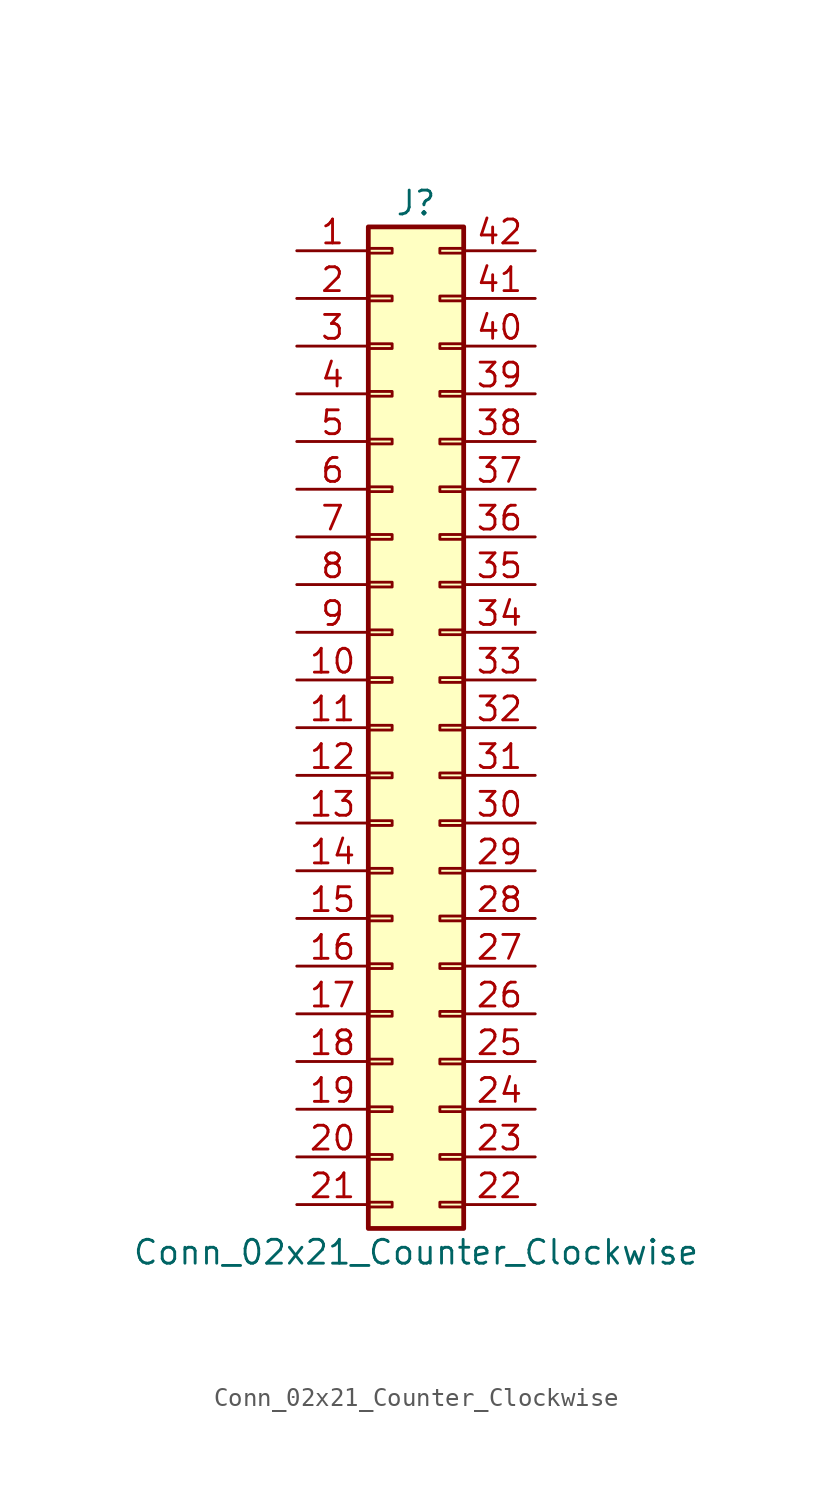
<source format=kicad_sym>
(kicad_symbol_lib
  (version 20220914)
  (generator kicad_symbol_editor)
  (symbol "Conn_02x21_Counter_Clockwise"
    (pin_names
      (offset 1.016) hide)
    (property "Reference" "J"
      (at 1.27 27.94 0)
      (effects (font (size 1.27 1.27))))
    (property "Value" "Conn_02x21_Counter_Clockwise"
      (at 1.27 -27.94 0)
      (effects (font (size 1.27 1.27))))
    (symbol "Conn_02x21_Counter_Clockwise_1_1"
      (rectangle (start -1.27 -25.273) (end 0 -25.527) (stroke (width 0.152) (type solid)) (fill (type none)))
      (rectangle (start -1.27 -22.733) (end 0 -22.987) (stroke (width 0.152) (type solid)) (fill (type none)))
      (rectangle (start -1.27 -20.193) (end 0 -20.447) (stroke (width 0.152) (type solid)) (fill (type none)))
      (rectangle (start -1.27 -17.653) (end 0 -17.907) (stroke (width 0.152) (type solid)) (fill (type none)))
      (rectangle (start -1.27 -15.113) (end 0 -15.367) (stroke (width 0.152) (type solid)) (fill (type none)))
      (rectangle (start -1.27 -12.573) (end 0 -12.827) (stroke (width 0.152) (type solid)) (fill (type none)))
      (rectangle (start -1.27 -10.033) (end 0 -10.287) (stroke (width 0.152) (type solid)) (fill (type none)))
      (rectangle (start -1.27 -7.493) (end 0 -7.747) (stroke (width 0.152) (type solid)) (fill (type none)))
      (rectangle (start -1.27 -4.953) (end 0 -5.207) (stroke (width 0.152) (type solid)) (fill (type none)))
      (rectangle (start -1.27 -2.413) (end 0 -2.667) (stroke (width 0.152) (type solid)) (fill (type none)))
      (rectangle (start -1.27 0.127) (end 0 -0.127) (stroke (width 0.152) (type solid)) (fill (type none)))
      (rectangle (start -1.27 2.667) (end 0 2.413) (stroke (width 0.152) (type solid)) (fill (type none)))
      (rectangle (start -1.27 5.207) (end 0 4.953) (stroke (width 0.152) (type solid)) (fill (type none)))
      (rectangle (start -1.27 7.747) (end 0 7.493) (stroke (width 0.152) (type solid)) (fill (type none)))
      (rectangle (start -1.27 10.287) (end 0 10.033) (stroke (width 0.152) (type solid)) (fill (type none)))
      (rectangle (start -1.27 12.827) (end 0 12.573) (stroke (width 0.152) (type solid)) (fill (type none)))
      (rectangle (start -1.27 15.367) (end 0 15.113) (stroke (width 0.152) (type solid)) (fill (type none)))
      (rectangle (start -1.27 17.907) (end 0 17.653) (stroke (width 0.152) (type solid)) (fill (type none)))
      (rectangle (start -1.27 20.447) (end 0 20.193) (stroke (width 0.152) (type solid)) (fill (type none)))
      (rectangle (start -1.27 22.987) (end 0 22.733) (stroke (width 0.152) (type solid)) (fill (type none)))
      (rectangle (start -1.27 25.527) (end 0 25.273) (stroke (width 0.152) (type solid)) (fill (type none)))
      (rectangle (start -1.27 26.67) (end 3.81 -26.67) (stroke (width 0.254) (type solid)) (fill (type background)))
      (rectangle (start 3.81 -25.273) (end 2.54 -25.527) (stroke (width 0.152) (type solid)) (fill (type none)))
      (rectangle (start 3.81 -22.733) (end 2.54 -22.987) (stroke (width 0.152) (type solid)) (fill (type none)))
      (rectangle (start 3.81 -20.193) (end 2.54 -20.447) (stroke (width 0.152) (type solid)) (fill (type none)))
      (rectangle (start 3.81 -17.653) (end 2.54 -17.907) (stroke (width 0.152) (type solid)) (fill (type none)))
      (rectangle (start 3.81 -15.113) (end 2.54 -15.367) (stroke (width 0.152) (type solid)) (fill (type none)))
      (rectangle (start 3.81 -12.573) (end 2.54 -12.827) (stroke (width 0.152) (type solid)) (fill (type none)))
      (rectangle (start 3.81 -10.033) (end 2.54 -10.287) (stroke (width 0.152) (type solid)) (fill (type none)))
      (rectangle (start 3.81 -7.493) (end 2.54 -7.747) (stroke (width 0.152) (type solid)) (fill (type none)))
      (rectangle (start 3.81 -4.953) (end 2.54 -5.207) (stroke (width 0.152) (type solid)) (fill (type none)))
      (rectangle (start 3.81 -2.413) (end 2.54 -2.667) (stroke (width 0.152) (type solid)) (fill (type none)))
      (rectangle (start 3.81 0.127) (end 2.54 -0.127) (stroke (width 0.152) (type solid)) (fill (type none)))
      (rectangle (start 3.81 2.667) (end 2.54 2.413) (stroke (width 0.152) (type solid)) (fill (type none)))
      (rectangle (start 3.81 5.207) (end 2.54 4.953) (stroke (width 0.152) (type solid)) (fill (type none)))
      (rectangle (start 3.81 7.747) (end 2.54 7.493) (stroke (width 0.152) (type solid)) (fill (type none)))
      (rectangle (start 3.81 10.287) (end 2.54 10.033) (stroke (width 0.152) (type solid)) (fill (type none)))
      (rectangle (start 3.81 12.827) (end 2.54 12.573) (stroke (width 0.152) (type solid)) (fill (type none)))
      (rectangle (start 3.81 15.367) (end 2.54 15.113) (stroke (width 0.152) (type solid)) (fill (type none)))
      (rectangle (start 3.81 17.907) (end 2.54 17.653) (stroke (width 0.152) (type solid)) (fill (type none)))
      (rectangle (start 3.81 20.447) (end 2.54 20.193) (stroke (width 0.152) (type solid)) (fill (type none)))
      (rectangle (start 3.81 22.987) (end 2.54 22.733) (stroke (width 0.152) (type solid)) (fill (type none)))
      (rectangle (start 3.81 25.527) (end 2.54 25.273) (stroke (width 0.152) (type solid)) (fill (type none)))
      (pin passive line (at -5.08 25.4 0) (length 3.81) (name "Pin_1" (effects (font (size 1.27 1.27)))) (number "1" (effects (font (size 1.27 1.27)))))
      (pin passive line (at -5.08 2.54 0) (length 3.81) (name "Pin_10" (effects (font (size 1.27 1.27)))) (number "10" (effects (font (size 1.27 1.27)))))
      (pin passive line (at -5.08 0 0) (length 3.81) (name "Pin_11" (effects (font (size 1.27 1.27)))) (number "11" (effects (font (size 1.27 1.27)))))
      (pin passive line (at -5.08 -2.54 0) (length 3.81) (name "Pin_12" (effects (font (size 1.27 1.27)))) (number "12" (effects (font (size 1.27 1.27)))))
      (pin passive line (at -5.08 -5.08 0) (length 3.81) (name "Pin_13" (effects (font (size 1.27 1.27)))) (number "13" (effects (font (size 1.27 1.27)))))
      (pin passive line (at -5.08 -7.62 0) (length 3.81) (name "Pin_14" (effects (font (size 1.27 1.27)))) (number "14" (effects (font (size 1.27 1.27)))))
      (pin passive line (at -5.08 -10.16 0) (length 3.81) (name "Pin_15" (effects (font (size 1.27 1.27)))) (number "15" (effects (font (size 1.27 1.27)))))
      (pin passive line (at -5.08 -12.7 0) (length 3.81) (name "Pin_16" (effects (font (size 1.27 1.27)))) (number "16" (effects (font (size 1.27 1.27)))))
      (pin passive line (at -5.08 -15.24 0) (length 3.81) (name "Pin_17" (effects (font (size 1.27 1.27)))) (number "17" (effects (font (size 1.27 1.27)))))
      (pin passive line (at -5.08 -17.78 0) (length 3.81) (name "Pin_18" (effects (font (size 1.27 1.27)))) (number "18" (effects (font (size 1.27 1.27)))))
      (pin passive line (at -5.08 -20.32 0) (length 3.81) (name "Pin_19" (effects (font (size 1.27 1.27)))) (number "19" (effects (font (size 1.27 1.27)))))
      (pin passive line (at -5.08 22.86 0) (length 3.81) (name "Pin_2" (effects (font (size 1.27 1.27)))) (number "2" (effects (font (size 1.27 1.27)))))
      (pin passive line (at -5.08 -22.86 0) (length 3.81) (name "Pin_20" (effects (font (size 1.27 1.27)))) (number "20" (effects (font (size 1.27 1.27)))))
      (pin passive line (at -5.08 -25.4 0) (length 3.81) (name "Pin_21" (effects (font (size 1.27 1.27)))) (number "21" (effects (font (size 1.27 1.27)))))
      (pin passive line (at 7.62 -25.4 180) (length 3.81) (name "Pin_22" (effects (font (size 1.27 1.27)))) (number "22" (effects (font (size 1.27 1.27)))))
      (pin passive line (at 7.62 -22.86 180) (length 3.81) (name "Pin_23" (effects (font (size 1.27 1.27)))) (number "23" (effects (font (size 1.27 1.27)))))
      (pin passive line (at 7.62 -20.32 180) (length 3.81) (name "Pin_24" (effects (font (size 1.27 1.27)))) (number "24" (effects (font (size 1.27 1.27)))))
      (pin passive line (at 7.62 -17.78 180) (length 3.81) (name "Pin_25" (effects (font (size 1.27 1.27)))) (number "25" (effects (font (size 1.27 1.27)))))
      (pin passive line (at 7.62 -15.24 180) (length 3.81) (name "Pin_26" (effects (font (size 1.27 1.27)))) (number "26" (effects (font (size 1.27 1.27)))))
      (pin passive line (at 7.62 -12.7 180) (length 3.81) (name "Pin_27" (effects (font (size 1.27 1.27)))) (number "27" (effects (font (size 1.27 1.27)))))
      (pin passive line (at 7.62 -10.16 180) (length 3.81) (name "Pin_28" (effects (font (size 1.27 1.27)))) (number "28" (effects (font (size 1.27 1.27)))))
      (pin passive line (at 7.62 -7.62 180) (length 3.81) (name "Pin_29" (effects (font (size 1.27 1.27)))) (number "29" (effects (font (size 1.27 1.27)))))
      (pin passive line (at -5.08 20.32 0) (length 3.81) (name "Pin_3" (effects (font (size 1.27 1.27)))) (number "3" (effects (font (size 1.27 1.27)))))
      (pin passive line (at 7.62 -5.08 180) (length 3.81) (name "Pin_30" (effects (font (size 1.27 1.27)))) (number "30" (effects (font (size 1.27 1.27)))))
      (pin passive line (at 7.62 -2.54 180) (length 3.81) (name "Pin_31" (effects (font (size 1.27 1.27)))) (number "31" (effects (font (size 1.27 1.27)))))
      (pin passive line (at 7.62 0 180) (length 3.81) (name "Pin_32" (effects (font (size 1.27 1.27)))) (number "32" (effects (font (size 1.27 1.27)))))
      (pin passive line (at 7.62 2.54 180) (length 3.81) (name "Pin_33" (effects (font (size 1.27 1.27)))) (number "33" (effects (font (size 1.27 1.27)))))
      (pin passive line (at 7.62 5.08 180) (length 3.81) (name "Pin_34" (effects (font (size 1.27 1.27)))) (number "34" (effects (font (size 1.27 1.27)))))
      (pin passive line (at 7.62 7.62 180) (length 3.81) (name "Pin_35" (effects (font (size 1.27 1.27)))) (number "35" (effects (font (size 1.27 1.27)))))
      (pin passive line (at 7.62 10.16 180) (length 3.81) (name "Pin_36" (effects (font (size 1.27 1.27)))) (number "36" (effects (font (size 1.27 1.27)))))
      (pin passive line (at 7.62 12.7 180) (length 3.81) (name "Pin_37" (effects (font (size 1.27 1.27)))) (number "37" (effects (font (size 1.27 1.27)))))
      (pin passive line (at 7.62 15.24 180) (length 3.81) (name "Pin_38" (effects (font (size 1.27 1.27)))) (number "38" (effects (font (size 1.27 1.27)))))
      (pin passive line (at 7.62 17.78 180) (length 3.81) (name "Pin_39" (effects (font (size 1.27 1.27)))) (number "39" (effects (font (size 1.27 1.27)))))
      (pin passive line (at -5.08 17.78 0) (length 3.81) (name "Pin_4" (effects (font (size 1.27 1.27)))) (number "4" (effects (font (size 1.27 1.27)))))
      (pin passive line (at 7.62 20.32 180) (length 3.81) (name "Pin_40" (effects (font (size 1.27 1.27)))) (number "40" (effects (font (size 1.27 1.27)))))
      (pin passive line (at 7.62 22.86 180) (length 3.81) (name "Pin_41" (effects (font (size 1.27 1.27)))) (number "41" (effects (font (size 1.27 1.27)))))
      (pin passive line (at 7.62 25.4 180) (length 3.81) (name "Pin_42" (effects (font (size 1.27 1.27)))) (number "42" (effects (font (size 1.27 1.27)))))
      (pin passive line (at -5.08 15.24 0) (length 3.81) (name "Pin_5" (effects (font (size 1.27 1.27)))) (number "5" (effects (font (size 1.27 1.27)))))
      (pin passive line (at -5.08 12.7 0) (length 3.81) (name "Pin_6" (effects (font (size 1.27 1.27)))) (number "6" (effects (font (size 1.27 1.27)))))
      (pin passive line (at -5.08 10.16 0) (length 3.81) (name "Pin_7" (effects (font (size 1.27 1.27)))) (number "7" (effects (font (size 1.27 1.27)))))
      (pin passive line (at -5.08 7.62 0) (length 3.81) (name "Pin_8" (effects (font (size 1.27 1.27)))) (number "8" (effects (font (size 1.27 1.27)))))
      (pin passive line (at -5.08 5.08 0) (length 3.81) (name "Pin_9" (effects (font (size 1.27 1.27)))) (number "9" (effects (font (size 1.27 1.27))))))))
</source>
